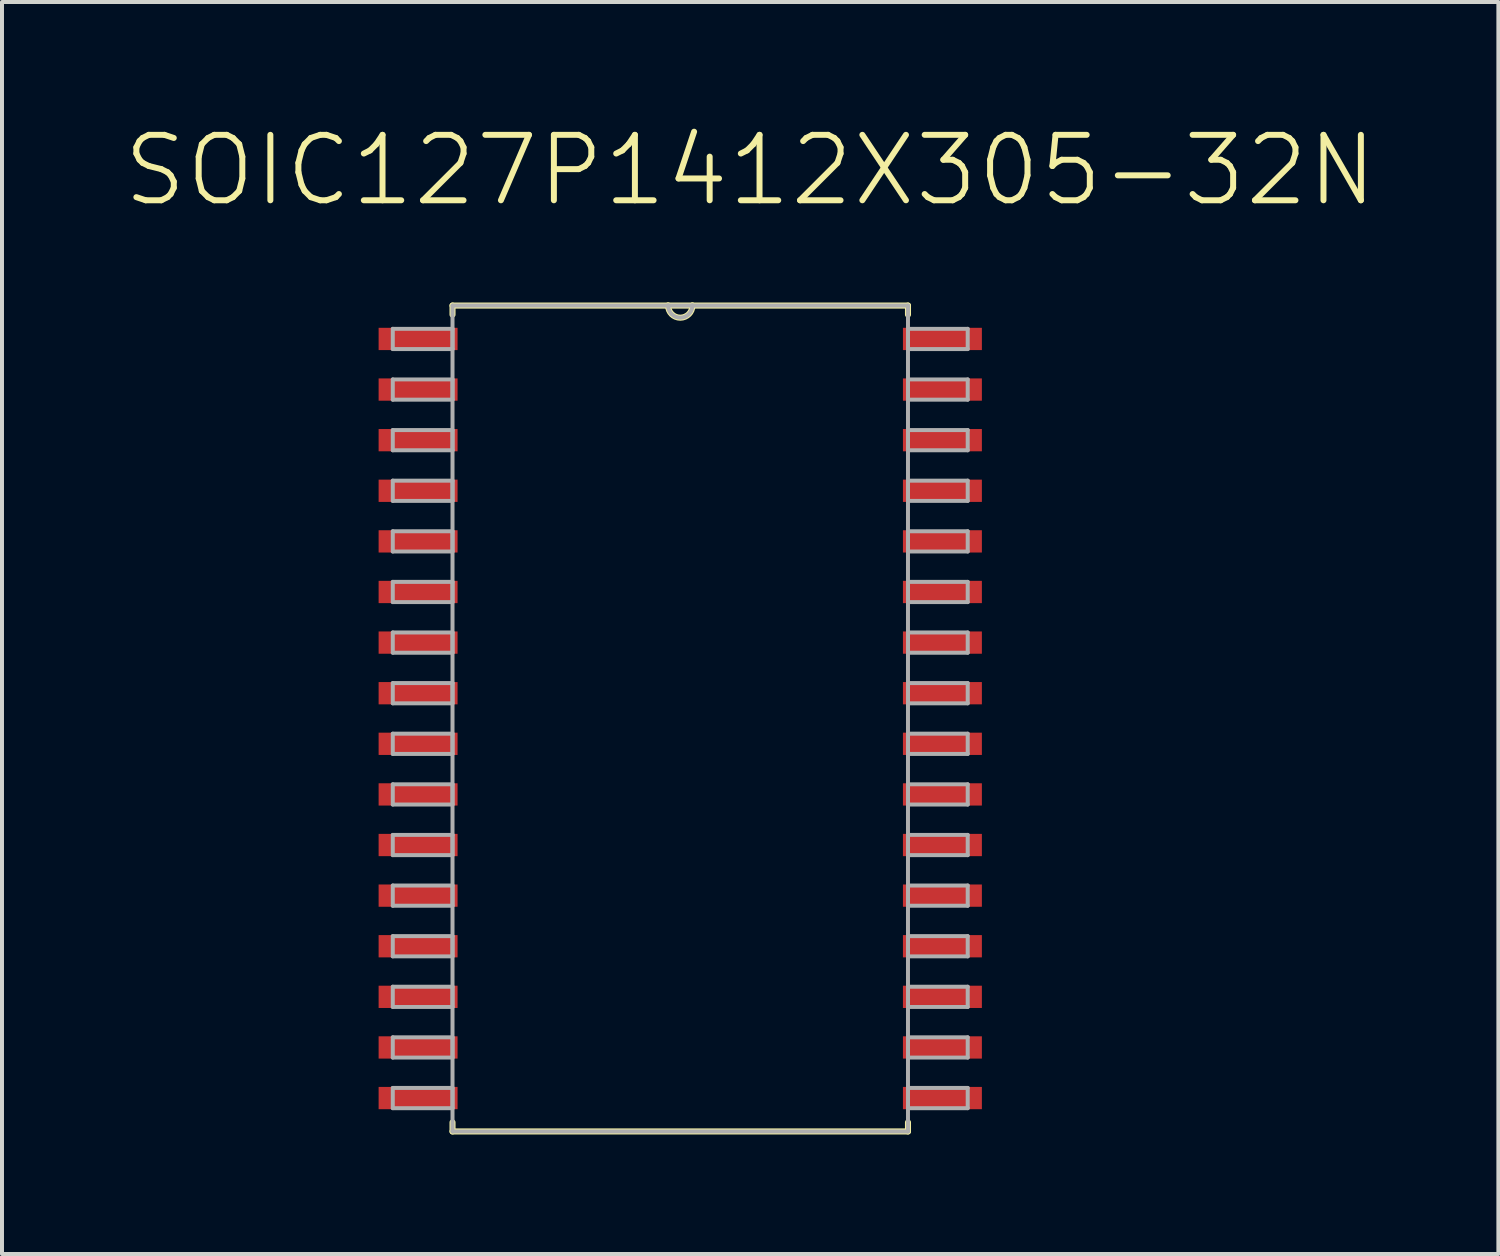
<source format=kicad_pcb>
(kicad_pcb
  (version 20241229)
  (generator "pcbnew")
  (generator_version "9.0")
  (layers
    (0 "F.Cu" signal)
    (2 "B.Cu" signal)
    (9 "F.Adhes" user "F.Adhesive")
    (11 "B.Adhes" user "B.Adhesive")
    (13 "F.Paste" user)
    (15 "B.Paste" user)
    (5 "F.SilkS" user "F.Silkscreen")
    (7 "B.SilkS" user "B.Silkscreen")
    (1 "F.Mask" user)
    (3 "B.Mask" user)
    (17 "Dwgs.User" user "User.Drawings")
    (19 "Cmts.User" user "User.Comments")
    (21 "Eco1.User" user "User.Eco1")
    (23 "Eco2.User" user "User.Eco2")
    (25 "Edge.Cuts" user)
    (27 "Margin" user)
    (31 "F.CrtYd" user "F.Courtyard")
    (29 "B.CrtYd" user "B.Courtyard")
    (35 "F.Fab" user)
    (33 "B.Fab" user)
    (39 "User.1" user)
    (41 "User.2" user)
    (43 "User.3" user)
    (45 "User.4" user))
  (footprint "SOIC127P1412X305-32N"
    (layer "F.Cu")
    (at 14.021 14.981)
    (property "Reference" "SOIC127P1412X305-32N" (at 1.755 -13.757 0) (layer "F.SilkS") (effects (font (size 1.642 1.642) (thickness 0.15))))
    (attr smd)
    (fp_line (start -5.715 -10.363) (end -5.715 -10.135) (stroke (width 0.152) (type solid)) (layer "F.SilkS"))
    (fp_line (start -5.715 10.135) (end -5.715 10.363) (stroke (width 0.152) (type solid)) (layer "F.SilkS"))
    (fp_line (start -5.715 10.363) (end 5.715 10.363) (stroke (width 0.152) (type solid)) (layer "F.SilkS"))
    (fp_line (start -0.305 -10.363) (end -5.715 -10.363) (stroke (width 0.152) (type solid)) (layer "F.SilkS"))
    (fp_line (start 0.305 -10.363) (end -0.305 -10.363) (stroke (width 0.152) (type solid)) (layer "F.SilkS"))
    (fp_line (start 5.715 -10.363) (end 0.305 -10.363) (stroke (width 0.152) (type solid)) (layer "F.SilkS"))
    (fp_line (start 5.715 -10.135) (end 5.715 -10.363) (stroke (width 0.152) (type solid)) (layer "F.SilkS"))
    (fp_line (start 5.715 10.363) (end 5.715 10.135) (stroke (width 0.152) (type solid)) (layer "F.SilkS"))
    (fp_arc (start 0.3048 -10.3632) (mid 0 -10.0584) (end -0.3048 -10.3632) (stroke (width 0.1524) (type solid)) (layer "F.SilkS"))
    (fp_line (start -7.214 -9.779) (end -7.214 -9.271) (stroke (width 0.1) (type solid)) (layer "F.Fab"))
    (fp_line (start -7.214 -9.271) (end -5.715 -9.271) (stroke (width 0.1) (type solid)) (layer "F.Fab"))
    (fp_line (start -7.214 -8.509) (end -7.214 -8.001) (stroke (width 0.1) (type solid)) (layer "F.Fab"))
    (fp_line (start -7.214 -8.001) (end -5.715 -8.001) (stroke (width 0.1) (type solid)) (layer "F.Fab"))
    (fp_line (start -7.214 -7.239) (end -7.214 -6.731) (stroke (width 0.1) (type solid)) (layer "F.Fab"))
    (fp_line (start -7.214 -6.731) (end -5.715 -6.731) (stroke (width 0.1) (type solid)) (layer "F.Fab"))
    (fp_line (start -7.214 -5.969) (end -7.214 -5.461) (stroke (width 0.1) (type solid)) (layer "F.Fab"))
    (fp_line (start -7.214 -5.461) (end -5.715 -5.461) (stroke (width 0.1) (type solid)) (layer "F.Fab"))
    (fp_line (start -7.214 -4.699) (end -7.214 -4.191) (stroke (width 0.1) (type solid)) (layer "F.Fab"))
    (fp_line (start -7.214 -4.191) (end -5.715 -4.191) (stroke (width 0.1) (type solid)) (layer "F.Fab"))
    (fp_line (start -7.214 -3.429) (end -7.214 -2.921) (stroke (width 0.1) (type solid)) (layer "F.Fab"))
    (fp_line (start -7.214 -2.921) (end -5.715 -2.921) (stroke (width 0.1) (type solid)) (layer "F.Fab"))
    (fp_line (start -7.214 -2.159) (end -7.214 -1.651) (stroke (width 0.1) (type solid)) (layer "F.Fab"))
    (fp_line (start -7.214 -1.651) (end -5.715 -1.651) (stroke (width 0.1) (type solid)) (layer "F.Fab"))
    (fp_line (start -7.214 -0.889) (end -7.214 -0.381) (stroke (width 0.1) (type solid)) (layer "F.Fab"))
    (fp_line (start -7.214 -0.381) (end -5.715 -0.381) (stroke (width 0.1) (type solid)) (layer "F.Fab"))
    (fp_line (start -7.214 0.381) (end -7.214 0.889) (stroke (width 0.1) (type solid)) (layer "F.Fab"))
    (fp_line (start -7.214 0.889) (end -5.715 0.889) (stroke (width 0.1) (type solid)) (layer "F.Fab"))
    (fp_line (start -7.214 1.651) (end -7.214 2.159) (stroke (width 0.1) (type solid)) (layer "F.Fab"))
    (fp_line (start -7.214 2.159) (end -5.715 2.159) (stroke (width 0.1) (type solid)) (layer "F.Fab"))
    (fp_line (start -7.214 2.921) (end -7.214 3.429) (stroke (width 0.1) (type solid)) (layer "F.Fab"))
    (fp_line (start -7.214 3.429) (end -5.715 3.429) (stroke (width 0.1) (type solid)) (layer "F.Fab"))
    (fp_line (start -7.214 4.191) (end -7.214 4.699) (stroke (width 0.1) (type solid)) (layer "F.Fab"))
    (fp_line (start -7.214 4.699) (end -5.715 4.699) (stroke (width 0.1) (type solid)) (layer "F.Fab"))
    (fp_line (start -7.214 5.461) (end -7.214 5.969) (stroke (width 0.1) (type solid)) (layer "F.Fab"))
    (fp_line (start -7.214 5.969) (end -5.715 5.969) (stroke (width 0.1) (type solid)) (layer "F.Fab"))
    (fp_line (start -7.214 6.731) (end -7.214 7.239) (stroke (width 0.1) (type solid)) (layer "F.Fab"))
    (fp_line (start -7.214 7.239) (end -5.715 7.239) (stroke (width 0.1) (type solid)) (layer "F.Fab"))
    (fp_line (start -7.214 8.001) (end -7.214 8.509) (stroke (width 0.1) (type solid)) (layer "F.Fab"))
    (fp_line (start -7.214 8.509) (end -5.715 8.509) (stroke (width 0.1) (type solid)) (layer "F.Fab"))
    (fp_line (start -7.214 9.271) (end -7.214 9.779) (stroke (width 0.1) (type solid)) (layer "F.Fab"))
    (fp_line (start -7.214 9.779) (end -5.715 9.779) (stroke (width 0.1) (type solid)) (layer "F.Fab"))
    (fp_line (start -5.715 -10.363) (end -5.715 10.363) (stroke (width 0.1) (type solid)) (layer "F.Fab"))
    (fp_line (start -5.715 -9.779) (end -7.214 -9.779) (stroke (width 0.1) (type solid)) (layer "F.Fab"))
    (fp_line (start -5.715 -9.271) (end -5.715 -9.779) (stroke (width 0.1) (type solid)) (layer "F.Fab"))
    (fp_line (start -5.715 -8.509) (end -7.214 -8.509) (stroke (width 0.1) (type solid)) (layer "F.Fab"))
    (fp_line (start -5.715 -8.001) (end -5.715 -8.509) (stroke (width 0.1) (type solid)) (layer "F.Fab"))
    (fp_line (start -5.715 -7.239) (end -7.214 -7.239) (stroke (width 0.1) (type solid)) (layer "F.Fab"))
    (fp_line (start -5.715 -6.731) (end -5.715 -7.239) (stroke (width 0.1) (type solid)) (layer "F.Fab"))
    (fp_line (start -5.715 -5.969) (end -7.214 -5.969) (stroke (width 0.1) (type solid)) (layer "F.Fab"))
    (fp_line (start -5.715 -5.461) (end -5.715 -5.969) (stroke (width 0.1) (type solid)) (layer "F.Fab"))
    (fp_line (start -5.715 -4.699) (end -7.214 -4.699) (stroke (width 0.1) (type solid)) (layer "F.Fab"))
    (fp_line (start -5.715 -4.191) (end -5.715 -4.699) (stroke (width 0.1) (type solid)) (layer "F.Fab"))
    (fp_line (start -5.715 -3.429) (end -7.214 -3.429) (stroke (width 0.1) (type solid)) (layer "F.Fab"))
    (fp_line (start -5.715 -2.921) (end -5.715 -3.429) (stroke (width 0.1) (type solid)) (layer "F.Fab"))
    (fp_line (start -5.715 -2.159) (end -7.214 -2.159) (stroke (width 0.1) (type solid)) (layer "F.Fab"))
    (fp_line (start -5.715 -1.651) (end -5.715 -2.159) (stroke (width 0.1) (type solid)) (layer "F.Fab"))
    (fp_line (start -5.715 -0.889) (end -7.214 -0.889) (stroke (width 0.1) (type solid)) (layer "F.Fab"))
    (fp_line (start -5.715 -0.381) (end -5.715 -0.889) (stroke (width 0.1) (type solid)) (layer "F.Fab"))
    (fp_line (start -5.715 0.381) (end -7.214 0.381) (stroke (width 0.1) (type solid)) (layer "F.Fab"))
    (fp_line (start -5.715 0.889) (end -5.715 0.381) (stroke (width 0.1) (type solid)) (layer "F.Fab"))
    (fp_line (start -5.715 1.651) (end -7.214 1.651) (stroke (width 0.1) (type solid)) (layer "F.Fab"))
    (fp_line (start -5.715 2.159) (end -5.715 1.651) (stroke (width 0.1) (type solid)) (layer "F.Fab"))
    (fp_line (start -5.715 2.921) (end -7.214 2.921) (stroke (width 0.1) (type solid)) (layer "F.Fab"))
    (fp_line (start -5.715 3.429) (end -5.715 2.921) (stroke (width 0.1) (type solid)) (layer "F.Fab"))
    (fp_line (start -5.715 4.191) (end -7.214 4.191) (stroke (width 0.1) (type solid)) (layer "F.Fab"))
    (fp_line (start -5.715 4.699) (end -5.715 4.191) (stroke (width 0.1) (type solid)) (layer "F.Fab"))
    (fp_line (start -5.715 5.461) (end -7.214 5.461) (stroke (width 0.1) (type solid)) (layer "F.Fab"))
    (fp_line (start -5.715 5.969) (end -5.715 5.461) (stroke (width 0.1) (type solid)) (layer "F.Fab"))
    (fp_line (start -5.715 6.731) (end -7.214 6.731) (stroke (width 0.1) (type solid)) (layer "F.Fab"))
    (fp_line (start -5.715 7.239) (end -5.715 6.731) (stroke (width 0.1) (type solid)) (layer "F.Fab"))
    (fp_line (start -5.715 8.001) (end -7.214 8.001) (stroke (width 0.1) (type solid)) (layer "F.Fab"))
    (fp_line (start -5.715 8.509) (end -5.715 8.001) (stroke (width 0.1) (type solid)) (layer "F.Fab"))
    (fp_line (start -5.715 9.271) (end -7.214 9.271) (stroke (width 0.1) (type solid)) (layer "F.Fab"))
    (fp_line (start -5.715 9.779) (end -5.715 9.271) (stroke (width 0.1) (type solid)) (layer "F.Fab"))
    (fp_line (start -5.715 10.363) (end 5.715 10.363) (stroke (width 0.1) (type solid)) (layer "F.Fab"))
    (fp_line (start -0.305 -10.363) (end -5.715 -10.363) (stroke (width 0.1) (type solid)) (layer "F.Fab"))
    (fp_line (start 0.305 -10.363) (end -0.305 -10.363) (stroke (width 0.1) (type solid)) (layer "F.Fab"))
    (fp_line (start 5.715 -10.363) (end 0.305 -10.363) (stroke (width 0.1) (type solid)) (layer "F.Fab"))
    (fp_line (start 5.715 -9.779) (end 5.715 -9.271) (stroke (width 0.1) (type solid)) (layer "F.Fab"))
    (fp_line (start 5.715 -9.271) (end 7.214 -9.271) (stroke (width 0.1) (type solid)) (layer "F.Fab"))
    (fp_line (start 5.715 -8.509) (end 5.715 -8.001) (stroke (width 0.1) (type solid)) (layer "F.Fab"))
    (fp_line (start 5.715 -8.001) (end 7.214 -8.001) (stroke (width 0.1) (type solid)) (layer "F.Fab"))
    (fp_line (start 5.715 -7.239) (end 5.715 -6.731) (stroke (width 0.1) (type solid)) (layer "F.Fab"))
    (fp_line (start 5.715 -6.731) (end 7.214 -6.731) (stroke (width 0.1) (type solid)) (layer "F.Fab"))
    (fp_line (start 5.715 -5.969) (end 5.715 -5.461) (stroke (width 0.1) (type solid)) (layer "F.Fab"))
    (fp_line (start 5.715 -5.461) (end 7.214 -5.461) (stroke (width 0.1) (type solid)) (layer "F.Fab"))
    (fp_line (start 5.715 -4.699) (end 5.715 -4.191) (stroke (width 0.1) (type solid)) (layer "F.Fab"))
    (fp_line (start 5.715 -4.191) (end 7.214 -4.191) (stroke (width 0.1) (type solid)) (layer "F.Fab"))
    (fp_line (start 5.715 -3.429) (end 5.715 -2.921) (stroke (width 0.1) (type solid)) (layer "F.Fab"))
    (fp_line (start 5.715 -2.921) (end 7.214 -2.921) (stroke (width 0.1) (type solid)) (layer "F.Fab"))
    (fp_line (start 5.715 -2.159) (end 5.715 -1.651) (stroke (width 0.1) (type solid)) (layer "F.Fab"))
    (fp_line (start 5.715 -1.651) (end 7.214 -1.651) (stroke (width 0.1) (type solid)) (layer "F.Fab"))
    (fp_line (start 5.715 -0.889) (end 5.715 -0.381) (stroke (width 0.1) (type solid)) (layer "F.Fab"))
    (fp_line (start 5.715 -0.381) (end 7.214 -0.381) (stroke (width 0.1) (type solid)) (layer "F.Fab"))
    (fp_line (start 5.715 0.381) (end 5.715 0.889) (stroke (width 0.1) (type solid)) (layer "F.Fab"))
    (fp_line (start 5.715 0.889) (end 7.214 0.889) (stroke (width 0.1) (type solid)) (layer "F.Fab"))
    (fp_line (start 5.715 1.651) (end 5.715 2.159) (stroke (width 0.1) (type solid)) (layer "F.Fab"))
    (fp_line (start 5.715 2.159) (end 7.214 2.159) (stroke (width 0.1) (type solid)) (layer "F.Fab"))
    (fp_line (start 5.715 2.921) (end 5.715 3.429) (stroke (width 0.1) (type solid)) (layer "F.Fab"))
    (fp_line (start 5.715 3.429) (end 7.214 3.429) (stroke (width 0.1) (type solid)) (layer "F.Fab"))
    (fp_line (start 5.715 4.191) (end 5.715 4.699) (stroke (width 0.1) (type solid)) (layer "F.Fab"))
    (fp_line (start 5.715 4.699) (end 7.214 4.699) (stroke (width 0.1) (type solid)) (layer "F.Fab"))
    (fp_line (start 5.715 5.461) (end 5.715 5.969) (stroke (width 0.1) (type solid)) (layer "F.Fab"))
    (fp_line (start 5.715 5.969) (end 7.214 5.969) (stroke (width 0.1) (type solid)) (layer "F.Fab"))
    (fp_line (start 5.715 6.731) (end 5.715 7.239) (stroke (width 0.1) (type solid)) (layer "F.Fab"))
    (fp_line (start 5.715 7.239) (end 7.214 7.239) (stroke (width 0.1) (type solid)) (layer "F.Fab"))
    (fp_line (start 5.715 8.001) (end 5.715 8.509) (stroke (width 0.1) (type solid)) (layer "F.Fab"))
    (fp_line (start 5.715 8.509) (end 7.214 8.509) (stroke (width 0.1) (type solid)) (layer "F.Fab"))
    (fp_line (start 5.715 9.271) (end 5.715 9.779) (stroke (width 0.1) (type solid)) (layer "F.Fab"))
    (fp_line (start 5.715 9.779) (end 7.214 9.779) (stroke (width 0.1) (type solid)) (layer "F.Fab"))
    (fp_line (start 5.715 10.363) (end 5.715 -10.363) (stroke (width 0.1) (type solid)) (layer "F.Fab"))
    (fp_line (start 7.214 -9.779) (end 5.715 -9.779) (stroke (width 0.1) (type solid)) (layer "F.Fab"))
    (fp_line (start 7.214 -9.271) (end 7.214 -9.779) (stroke (width 0.1) (type solid)) (layer "F.Fab"))
    (fp_line (start 7.214 -8.509) (end 5.715 -8.509) (stroke (width 0.1) (type solid)) (layer "F.Fab"))
    (fp_line (start 7.214 -8.001) (end 7.214 -8.509) (stroke (width 0.1) (type solid)) (layer "F.Fab"))
    (fp_line (start 7.214 -7.239) (end 5.715 -7.239) (stroke (width 0.1) (type solid)) (layer "F.Fab"))
    (fp_line (start 7.214 -6.731) (end 7.214 -7.239) (stroke (width 0.1) (type solid)) (layer "F.Fab"))
    (fp_line (start 7.214 -5.969) (end 5.715 -5.969) (stroke (width 0.1) (type solid)) (layer "F.Fab"))
    (fp_line (start 7.214 -5.461) (end 7.214 -5.969) (stroke (width 0.1) (type solid)) (layer "F.Fab"))
    (fp_line (start 7.214 -4.699) (end 5.715 -4.699) (stroke (width 0.1) (type solid)) (layer "F.Fab"))
    (fp_line (start 7.214 -4.191) (end 7.214 -4.699) (stroke (width 0.1) (type solid)) (layer "F.Fab"))
    (fp_line (start 7.214 -3.429) (end 5.715 -3.429) (stroke (width 0.1) (type solid)) (layer "F.Fab"))
    (fp_line (start 7.214 -2.921) (end 7.214 -3.429) (stroke (width 0.1) (type solid)) (layer "F.Fab"))
    (fp_line (start 7.214 -2.159) (end 5.715 -2.159) (stroke (width 0.1) (type solid)) (layer "F.Fab"))
    (fp_line (start 7.214 -1.651) (end 7.214 -2.159) (stroke (width 0.1) (type solid)) (layer "F.Fab"))
    (fp_line (start 7.214 -0.889) (end 5.715 -0.889) (stroke (width 0.1) (type solid)) (layer "F.Fab"))
    (fp_line (start 7.214 -0.381) (end 7.214 -0.889) (stroke (width 0.1) (type solid)) (layer "F.Fab"))
    (fp_line (start 7.214 0.381) (end 5.715 0.381) (stroke (width 0.1) (type solid)) (layer "F.Fab"))
    (fp_line (start 7.214 0.889) (end 7.214 0.381) (stroke (width 0.1) (type solid)) (layer "F.Fab"))
    (fp_line (start 7.214 1.651) (end 5.715 1.651) (stroke (width 0.1) (type solid)) (layer "F.Fab"))
    (fp_line (start 7.214 2.159) (end 7.214 1.651) (stroke (width 0.1) (type solid)) (layer "F.Fab"))
    (fp_line (start 7.214 2.921) (end 5.715 2.921) (stroke (width 0.1) (type solid)) (layer "F.Fab"))
    (fp_line (start 7.214 3.429) (end 7.214 2.921) (stroke (width 0.1) (type solid)) (layer "F.Fab"))
    (fp_line (start 7.214 4.191) (end 5.715 4.191) (stroke (width 0.1) (type solid)) (layer "F.Fab"))
    (fp_line (start 7.214 4.699) (end 7.214 4.191) (stroke (width 0.1) (type solid)) (layer "F.Fab"))
    (fp_line (start 7.214 5.461) (end 5.715 5.461) (stroke (width 0.1) (type solid)) (layer "F.Fab"))
    (fp_line (start 7.214 5.969) (end 7.214 5.461) (stroke (width 0.1) (type solid)) (layer "F.Fab"))
    (fp_line (start 7.214 6.731) (end 5.715 6.731) (stroke (width 0.1) (type solid)) (layer "F.Fab"))
    (fp_line (start 7.214 7.239) (end 7.214 6.731) (stroke (width 0.1) (type solid)) (layer "F.Fab"))
    (fp_line (start 7.214 8.001) (end 5.715 8.001) (stroke (width 0.1) (type solid)) (layer "F.Fab"))
    (fp_line (start 7.214 8.509) (end 7.214 8.001) (stroke (width 0.1) (type solid)) (layer "F.Fab"))
    (fp_line (start 7.214 9.271) (end 5.715 9.271) (stroke (width 0.1) (type solid)) (layer "F.Fab"))
    (fp_line (start 7.214 9.779) (end 7.214 9.271) (stroke (width 0.1) (type solid)) (layer "F.Fab"))
    (fp_arc (start 0.3048 -10.3632) (mid 0 -10.0584) (end -0.3048 -10.3632) (stroke (width 0.1) (type solid)) (layer "F.Fab"))
    (pad "1" smd rect (at -6.579 -9.525) (size 1.981 0.559) (layers "F.Cu" "F.Mask" "F.Paste"))
    (pad "2" smd rect (at -6.579 -8.255) (size 1.981 0.559) (layers "F.Cu" "F.Mask" "F.Paste"))
    (pad "3" smd rect (at -6.579 -6.985) (size 1.981 0.559) (layers "F.Cu" "F.Mask" "F.Paste"))
    (pad "4" smd rect (at -6.579 -5.715) (size 1.981 0.559) (layers "F.Cu" "F.Mask" "F.Paste"))
    (pad "5" smd rect (at -6.579 -4.445) (size 1.981 0.559) (layers "F.Cu" "F.Mask" "F.Paste"))
    (pad "6" smd rect (at -6.579 -3.175) (size 1.981 0.559) (layers "F.Cu" "F.Mask" "F.Paste"))
    (pad "7" smd rect (at -6.579 -1.905) (size 1.981 0.559) (layers "F.Cu" "F.Mask" "F.Paste"))
    (pad "8" smd rect (at -6.579 -0.635) (size 1.981 0.559) (layers "F.Cu" "F.Mask" "F.Paste"))
    (pad "9" smd rect (at -6.579 0.635) (size 1.981 0.559) (layers "F.Cu" "F.Mask" "F.Paste"))
    (pad "10" smd rect (at -6.579 1.905) (size 1.981 0.559) (layers "F.Cu" "F.Mask" "F.Paste"))
    (pad "11" smd rect (at -6.579 3.175) (size 1.981 0.559) (layers "F.Cu" "F.Mask" "F.Paste"))
    (pad "12" smd rect (at -6.579 4.445) (size 1.981 0.559) (layers "F.Cu" "F.Mask" "F.Paste"))
    (pad "13" smd rect (at -6.579 5.715) (size 1.981 0.559) (layers "F.Cu" "F.Mask" "F.Paste"))
    (pad "14" smd rect (at -6.579 6.985) (size 1.981 0.559) (layers "F.Cu" "F.Mask" "F.Paste"))
    (pad "15" smd rect (at -6.579 8.255) (size 1.981 0.559) (layers "F.Cu" "F.Mask" "F.Paste"))
    (pad "16" smd rect (at -6.579 9.525) (size 1.981 0.559) (layers "F.Cu" "F.Mask" "F.Paste"))
    (pad "17" smd rect (at 6.579 9.525) (size 1.981 0.559) (layers "F.Cu" "F.Mask" "F.Paste"))
    (pad "18" smd rect (at 6.579 8.255) (size 1.981 0.559) (layers "F.Cu" "F.Mask" "F.Paste"))
    (pad "19" smd rect (at 6.579 6.985) (size 1.981 0.559) (layers "F.Cu" "F.Mask" "F.Paste"))
    (pad "20" smd rect (at 6.579 5.715) (size 1.981 0.559) (layers "F.Cu" "F.Mask" "F.Paste"))
    (pad "21" smd rect (at 6.579 4.445) (size 1.981 0.559) (layers "F.Cu" "F.Mask" "F.Paste"))
    (pad "22" smd rect (at 6.579 3.175) (size 1.981 0.559) (layers "F.Cu" "F.Mask" "F.Paste"))
    (pad "23" smd rect (at 6.579 1.905) (size 1.981 0.559) (layers "F.Cu" "F.Mask" "F.Paste"))
    (pad "24" smd rect (at 6.579 0.635) (size 1.981 0.559) (layers "F.Cu" "F.Mask" "F.Paste"))
    (pad "25" smd rect (at 6.579 -0.635) (size 1.981 0.559) (layers "F.Cu" "F.Mask" "F.Paste"))
    (pad "26" smd rect (at 6.579 -1.905) (size 1.981 0.559) (layers "F.Cu" "F.Mask" "F.Paste"))
    (pad "27" smd rect (at 6.579 -3.175) (size 1.981 0.559) (layers "F.Cu" "F.Mask" "F.Paste"))
    (pad "28" smd rect (at 6.579 -4.445) (size 1.981 0.559) (layers "F.Cu" "F.Mask" "F.Paste"))
    (pad "29" smd rect (at 6.579 -5.715) (size 1.981 0.559) (layers "F.Cu" "F.Mask" "F.Paste"))
    (pad "30" smd rect (at 6.579 -6.985) (size 1.981 0.559) (layers "F.Cu" "F.Mask" "F.Paste"))
    (pad "31" smd rect (at 6.579 -8.255) (size 1.981 0.559) (layers "F.Cu" "F.Mask" "F.Paste"))
    (pad "32" smd rect (at 6.579 -9.525) (size 1.981 0.559) (layers "F.Cu" "F.Mask" "F.Paste")))
  (gr_rect
    (start -3 -3)
    (end 34.552 28.42)
    (stroke (width 0.1) (type default))
    (fill no)
    (layer "Edge.Cuts")))
</source>
